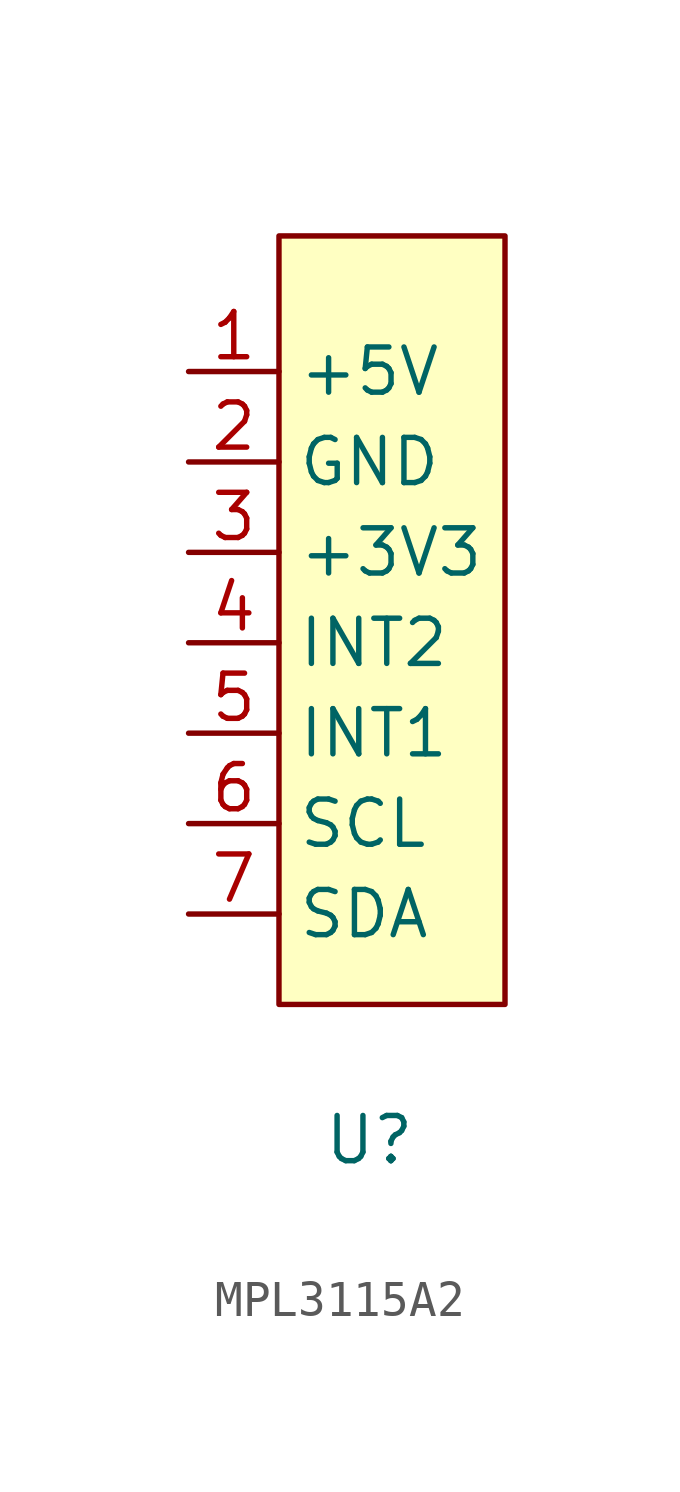
<source format=kicad_sym>
(kicad_symbol_lib
  (version 20220914)
  (generator kicad_symbol_editor)
  (symbol "MPL3115A2"
    (property "Reference" "U"
      (at 0 0 0)
      (effects (font (size 1.27 1.27))))
    (property "Value" ""
      (at 0 0 0)
      (effects (font (size 1.27 1.27))))
    (symbol "MPL3115A2_1_1"
      (rectangle (start -2.54 25.4) (end 3.81 3.81) (stroke (width 0) (type default)) (fill (type background)))
      (pin passive line (at -5.08 21.59 0) (length 2.54) (name "+5V" (effects (font (size 1.27 1.27)))) (number "1" (effects (font (size 1.27 1.27)))))
      (pin passive line (at -5.08 19.05 0) (length 2.54) (name "GND" (effects (font (size 1.27 1.27)))) (number "2" (effects (font (size 1.27 1.27)))))
      (pin passive line (at -5.08 16.51 0) (length 2.54) (name "+3V3" (effects (font (size 1.27 1.27)))) (number "3" (effects (font (size 1.27 1.27)))))
      (pin passive line (at -5.08 13.97 0) (length 2.54) (name "INT2" (effects (font (size 1.27 1.27)))) (number "4" (effects (font (size 1.27 1.27)))))
      (pin passive line (at -5.08 11.43 0) (length 2.54) (name "INT1" (effects (font (size 1.27 1.27)))) (number "5" (effects (font (size 1.27 1.27)))))
      (pin passive line (at -5.08 8.89 0) (length 2.54) (name "SCL" (effects (font (size 1.27 1.27)))) (number "6" (effects (font (size 1.27 1.27)))))
      (pin passive line (at -5.08 6.35 0) (length 2.54) (name "SDA" (effects (font (size 1.27 1.27)))) (number "7" (effects (font (size 1.27 1.27))))))))
</source>
